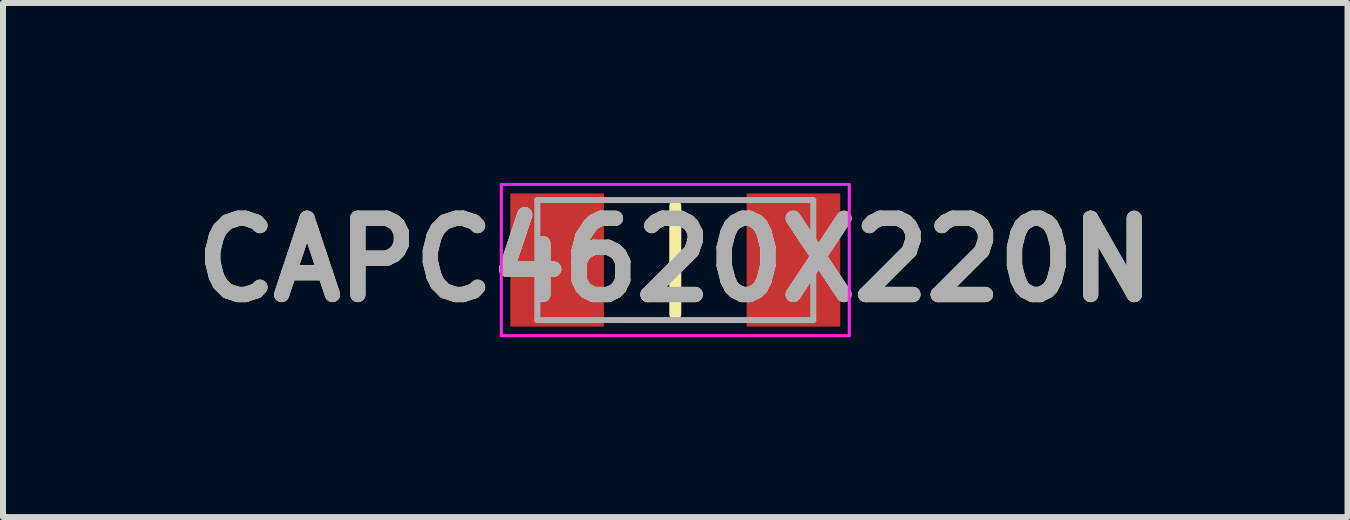
<source format=kicad_pcb>
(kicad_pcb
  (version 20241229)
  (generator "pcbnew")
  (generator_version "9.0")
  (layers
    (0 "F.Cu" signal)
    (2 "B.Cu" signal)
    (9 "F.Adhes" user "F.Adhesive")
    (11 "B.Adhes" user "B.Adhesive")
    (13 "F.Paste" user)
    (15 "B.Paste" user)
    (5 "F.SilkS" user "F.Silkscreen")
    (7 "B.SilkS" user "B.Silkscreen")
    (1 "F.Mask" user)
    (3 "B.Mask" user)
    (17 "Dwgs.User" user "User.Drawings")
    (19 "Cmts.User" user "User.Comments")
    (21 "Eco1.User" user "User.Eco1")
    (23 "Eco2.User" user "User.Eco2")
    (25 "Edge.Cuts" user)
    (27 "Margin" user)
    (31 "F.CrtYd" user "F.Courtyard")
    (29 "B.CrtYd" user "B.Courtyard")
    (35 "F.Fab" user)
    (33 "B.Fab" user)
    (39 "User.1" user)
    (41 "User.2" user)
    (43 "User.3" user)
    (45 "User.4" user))
  (footprint "CAPC4620X220N"
    (layer "F.Cu")
    (at 8.207 1.285)
    (property "Reference" "CAPC4620X220N" (at 0 0 0) (layer "F.SilkS") (effects (font (size 1.27 1.27) (thickness 0.254))))
    (attr smd)
    (fp_line (start 0 -0.9) (end 0 0.9) (stroke (width 0.2) (type solid)) (layer "F.SilkS"))
    (fp_line (start -2.9 -1.26) (end 2.9 -1.26) (stroke (width 0.05) (type solid)) (layer "F.CrtYd"))
    (fp_line (start -2.9 1.26) (end -2.9 -1.26) (stroke (width 0.05) (type solid)) (layer "F.CrtYd"))
    (fp_line (start 2.9 -1.26) (end 2.9 1.26) (stroke (width 0.05) (type solid)) (layer "F.CrtYd"))
    (fp_line (start 2.9 1.26) (end -2.9 1.26) (stroke (width 0.05) (type solid)) (layer "F.CrtYd"))
    (fp_line (start -2.3 -1) (end 2.3 -1) (stroke (width 0.1) (type solid)) (layer "F.Fab"))
    (fp_line (start -2.3 1) (end -2.3 -1) (stroke (width 0.1) (type solid)) (layer "F.Fab"))
    (fp_line (start 2.3 -1) (end 2.3 1) (stroke (width 0.1) (type solid)) (layer "F.Fab"))
    (fp_line (start 2.3 1) (end -2.3 1) (stroke (width 0.1) (type solid)) (layer "F.Fab"))
    (fp_text user "${REFERENCE}" (at 0 0 0) (layer "F.Fab") (effects (font (size 1.27 1.27) (thickness 0.254))))
    (pad "1" smd rect (at -1.97 0) (size 1.56 2.22) (layers "F.Cu" "F.Mask" "F.Paste"))
    (pad "2" smd rect (at 1.97 0) (size 1.56 2.22) (layers "F.Cu" "F.Mask" "F.Paste")))
  (gr_rect
    (start -3 -3)
    (end 19.413 5.57)
    (stroke (width 0.1) (type default))
    (fill no)
    (layer "Edge.Cuts")))
</source>
